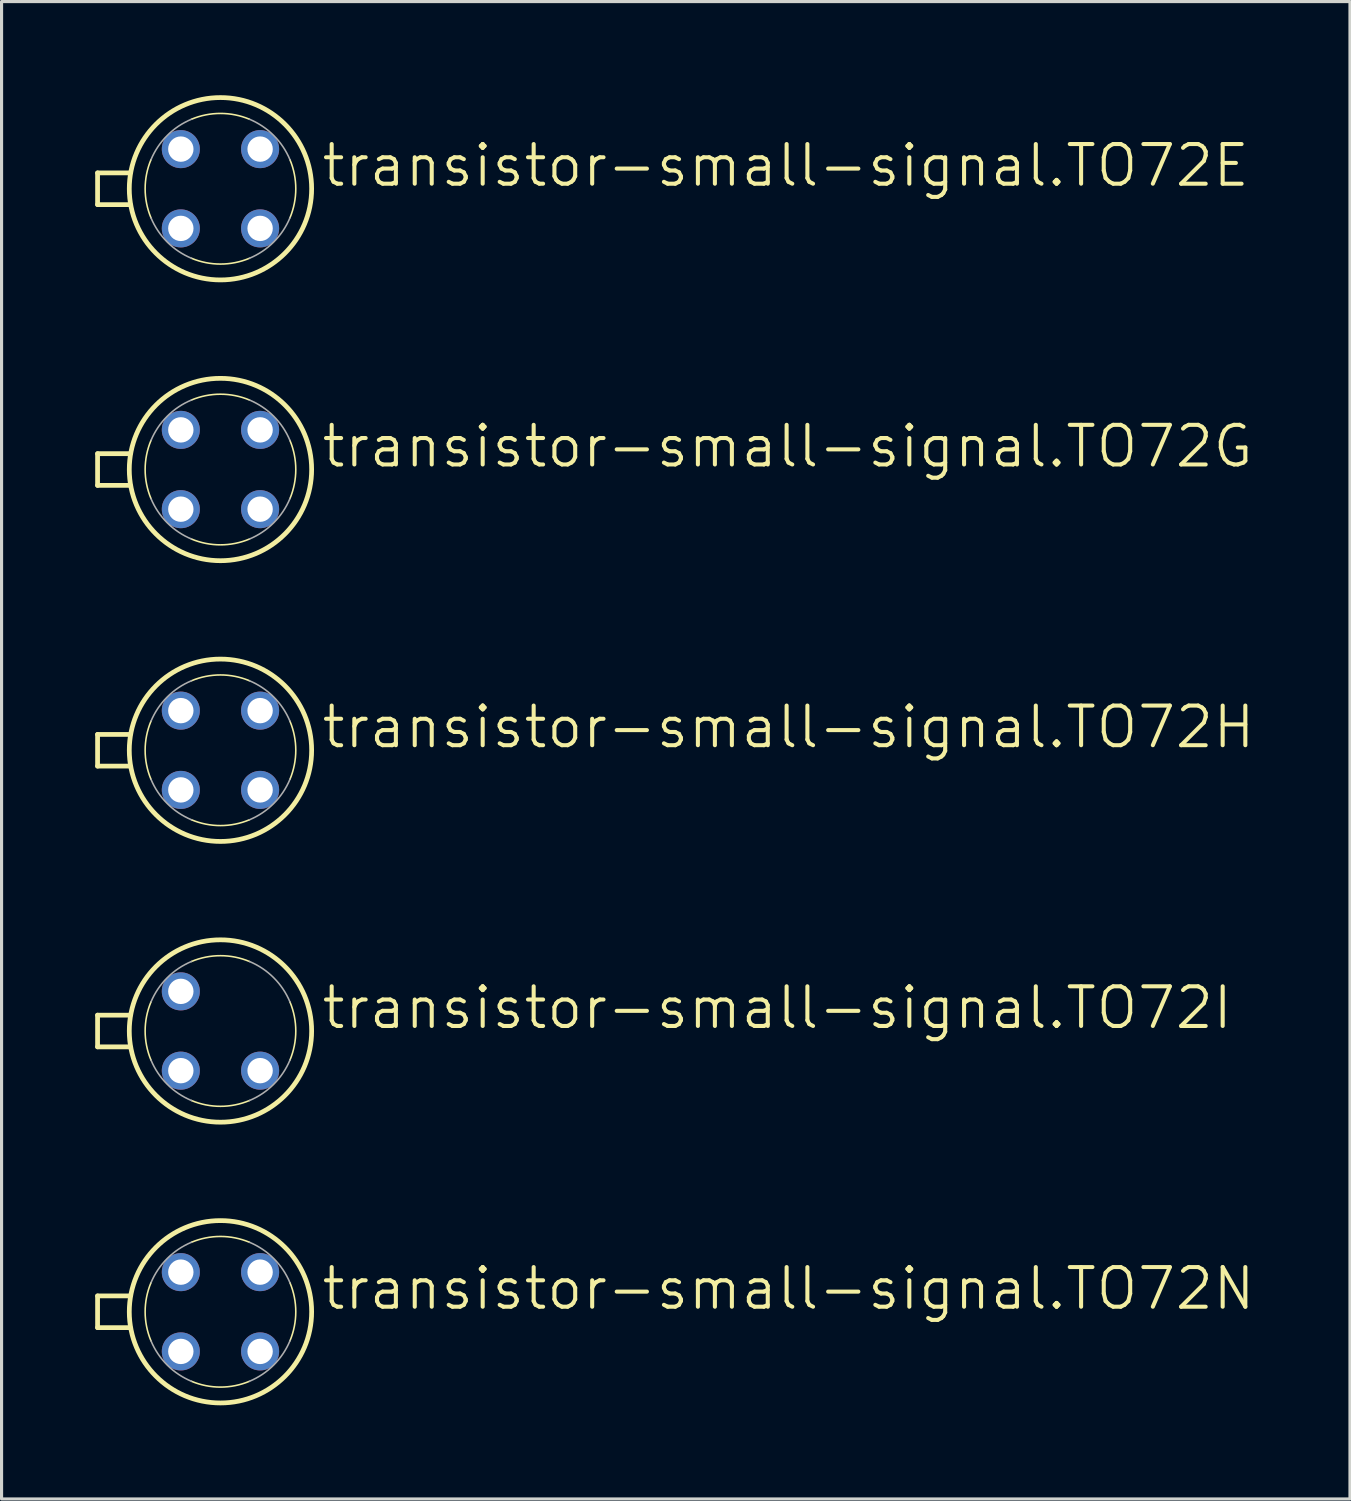
<source format=kicad_pcb>
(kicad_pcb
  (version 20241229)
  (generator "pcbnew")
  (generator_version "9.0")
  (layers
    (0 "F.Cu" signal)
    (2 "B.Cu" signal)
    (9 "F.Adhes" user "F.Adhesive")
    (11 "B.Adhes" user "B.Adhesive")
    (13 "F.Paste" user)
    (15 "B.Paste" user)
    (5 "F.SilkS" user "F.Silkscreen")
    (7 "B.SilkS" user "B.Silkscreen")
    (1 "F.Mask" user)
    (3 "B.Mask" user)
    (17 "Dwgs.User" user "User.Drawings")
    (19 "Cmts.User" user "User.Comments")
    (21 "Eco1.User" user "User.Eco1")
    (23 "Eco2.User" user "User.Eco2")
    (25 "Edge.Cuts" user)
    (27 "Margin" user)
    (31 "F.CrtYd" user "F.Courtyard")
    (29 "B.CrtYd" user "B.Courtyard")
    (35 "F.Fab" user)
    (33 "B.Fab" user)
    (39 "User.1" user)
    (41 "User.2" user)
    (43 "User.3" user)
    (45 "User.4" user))
  (footprint "transistor-small-signal.TO72I"
    (layer "F.Cu")
    (at 4.013 29.98)
    (property "Reference" "transistor-small-signal.TO72I" (at 3.175 0 0) (layer "F.SilkS") (effects (font (size 1.27 1.27) (thickness 0.13)) (justify left bottom)))
    (attr through_hole)
    (fp_line (start -3.937 -0.508) (end -2.896 -0.508) (stroke (width 0.152) (type default)) (layer "F.SilkS"))
    (fp_line (start -3.937 0.508) (end -3.937 -0.508) (stroke (width 0.152) (type default)) (layer "F.SilkS"))
    (fp_line (start -2.896 0.508) (end -3.937 0.508) (stroke (width 0.152) (type default)) (layer "F.SilkS"))
    (fp_arc (start -2.227 0.9289) (mid -2.412962 0) (end -2.227 -0.9289) (stroke (width 0.0508) (type default)) (layer "F.SilkS"))
    (fp_arc (start -0.9289 -2.227) (mid 0 -2.412962) (end 0.9289 -2.227) (stroke (width 0.0508) (type default)) (layer "F.SilkS"))
    (fp_arc (start 0.9289 2.227) (mid 0 2.412962) (end -0.9289 2.227) (stroke (width 0.0508) (type default)) (layer "F.SilkS"))
    (fp_arc (start 2.227 -0.9289) (mid 2.412962 0) (end 2.227 0.9289) (stroke (width 0.0508) (type default)) (layer "F.SilkS"))
    (fp_circle (center 0 0) (end 2.921 0) (stroke (width 0.152) (type default)) (fill no) (layer "F.SilkS"))
    (fp_arc (start -2.227 -0.9289) (mid -1.706222 -1.706222) (end -0.9289 -2.227) (stroke (width 0.0508) (type default)) (layer "F.Fab"))
    (fp_arc (start -0.9289 2.227) (mid -1.706222 1.706222) (end -2.227 0.9289) (stroke (width 0.0508) (type default)) (layer "F.Fab"))
    (fp_arc (start 0.9289 -2.227) (mid 1.706222 -1.706222) (end 2.227 -0.9289) (stroke (width 0.0508) (type default)) (layer "F.Fab"))
    (fp_arc (start 2.227 0.9289) (mid 1.706222 1.706222) (end 0.9289 2.227) (stroke (width 0.0508) (type default)) (layer "F.Fab"))
    (pad "B1" thru_hole circle (at 1.27 1.27) (size 1.219 1.219) (drill 0.813) (layers "*.Cu" "*.Mask"))
    (pad "B2" thru_hole circle (at -1.27 -1.27) (size 1.219 1.219) (drill 0.813) (layers "*.Cu" "*.Mask"))
    (pad "E" thru_hole circle (at -1.27 1.27) (size 1.219 1.219) (drill 0.813) (layers "*.Cu" "*.Mask")))
  (footprint "transistor-small-signal.TO72G"
    (layer "F.Cu")
    (at 4.013 11.992)
    (property "Reference" "transistor-small-signal.TO72G" (at 3.175 0 0) (layer "F.SilkS") (effects (font (size 1.27 1.27) (thickness 0.13)) (justify left bottom)))
    (attr through_hole)
    (fp_line (start -3.937 -0.508) (end -2.896 -0.508) (stroke (width 0.152) (type default)) (layer "F.SilkS"))
    (fp_line (start -3.937 0.508) (end -3.937 -0.508) (stroke (width 0.152) (type default)) (layer "F.SilkS"))
    (fp_line (start -2.896 0.508) (end -3.937 0.508) (stroke (width 0.152) (type default)) (layer "F.SilkS"))
    (fp_arc (start -2.227 0.9289) (mid -2.412962 0) (end -2.227 -0.9289) (stroke (width 0.0508) (type default)) (layer "F.SilkS"))
    (fp_arc (start -0.9289 -2.227) (mid 0 -2.412962) (end 0.9289 -2.227) (stroke (width 0.0508) (type default)) (layer "F.SilkS"))
    (fp_arc (start 0.9289 2.227) (mid 0 2.412962) (end -0.9289 2.227) (stroke (width 0.0508) (type default)) (layer "F.SilkS"))
    (fp_arc (start 2.227 -0.9289) (mid 2.412962 0) (end 2.227 0.9289) (stroke (width 0.0508) (type default)) (layer "F.SilkS"))
    (fp_circle (center 0 0) (end 2.921 0) (stroke (width 0.152) (type default)) (fill no) (layer "F.SilkS"))
    (fp_arc (start -2.227 -0.9289) (mid -1.706222 -1.706222) (end -0.9289 -2.227) (stroke (width 0.0508) (type default)) (layer "F.Fab"))
    (fp_arc (start -0.9289 2.227) (mid -1.706222 1.706222) (end -2.227 0.9289) (stroke (width 0.0508) (type default)) (layer "F.Fab"))
    (fp_arc (start 0.9289 -2.227) (mid 1.706222 -1.706222) (end 2.227 -0.9289) (stroke (width 0.0508) (type default)) (layer "F.Fab"))
    (fp_arc (start 2.227 0.9289) (mid 1.706222 1.706222) (end 0.9289 2.227) (stroke (width 0.0508) (type default)) (layer "F.Fab"))
    (pad "B" thru_hole circle (at -1.27 -1.27) (size 1.219 1.219) (drill 0.813) (layers "*.Cu" "*.Mask"))
    (pad "D" thru_hole circle (at -1.27 1.27) (size 1.219 1.219) (drill 0.813) (layers "*.Cu" "*.Mask"))
    (pad "G" thru_hole circle (at 1.27 -1.27) (size 1.219 1.219) (drill 0.813) (layers "*.Cu" "*.Mask"))
    (pad "S" thru_hole circle (at 1.27 1.27) (size 1.219 1.219) (drill 0.813) (layers "*.Cu" "*.Mask")))
  (footprint "transistor-small-signal.TO72N"
    (layer "F.Cu")
    (at 4.013 38.975)
    (property "Reference" "transistor-small-signal.TO72N" (at 3.175 0 0) (layer "F.SilkS") (effects (font (size 1.27 1.27) (thickness 0.13)) (justify left bottom)))
    (attr through_hole)
    (fp_line (start -3.937 -0.508) (end -2.896 -0.508) (stroke (width 0.152) (type default)) (layer "F.SilkS"))
    (fp_line (start -3.937 0.508) (end -3.937 -0.508) (stroke (width 0.152) (type default)) (layer "F.SilkS"))
    (fp_line (start -2.896 0.508) (end -3.937 0.508) (stroke (width 0.152) (type default)) (layer "F.SilkS"))
    (fp_arc (start -2.227 0.9289) (mid -2.412962 0) (end -2.227 -0.9289) (stroke (width 0.0508) (type default)) (layer "F.SilkS"))
    (fp_arc (start -0.9289 -2.227) (mid 0 -2.412962) (end 0.9289 -2.227) (stroke (width 0.0508) (type default)) (layer "F.SilkS"))
    (fp_arc (start 0.9289 2.227) (mid 0 2.412962) (end -0.9289 2.227) (stroke (width 0.0508) (type default)) (layer "F.SilkS"))
    (fp_arc (start 2.227 -0.9289) (mid 2.412962 0) (end 2.227 0.9289) (stroke (width 0.0508) (type default)) (layer "F.SilkS"))
    (fp_circle (center 0 0) (end 2.921 0) (stroke (width 0.152) (type default)) (fill no) (layer "F.SilkS"))
    (fp_arc (start -2.227 -0.9289) (mid -1.706222 -1.706222) (end -0.9289 -2.227) (stroke (width 0.0508) (type default)) (layer "F.Fab"))
    (fp_arc (start -0.9289 2.227) (mid -1.706222 1.706222) (end -2.227 0.9289) (stroke (width 0.0508) (type default)) (layer "F.Fab"))
    (fp_arc (start 0.9289 -2.227) (mid 1.706222 -1.706222) (end 2.227 -0.9289) (stroke (width 0.0508) (type default)) (layer "F.Fab"))
    (fp_arc (start 2.227 0.9289) (mid 1.706222 1.706222) (end 0.9289 2.227) (stroke (width 0.0508) (type default)) (layer "F.Fab"))
    (pad "D" thru_hole circle (at -1.27 1.27) (size 1.219 1.219) (drill 0.813) (layers "*.Cu" "*.Mask"))
    (pad "G1" thru_hole circle (at 1.27 -1.27) (size 1.219 1.219) (drill 0.813) (layers "*.Cu" "*.Mask"))
    (pad "G2" thru_hole circle (at -1.27 -1.27) (size 1.219 1.219) (drill 0.813) (layers "*.Cu" "*.Mask"))
    (pad "S" thru_hole circle (at 1.27 1.27) (size 1.219 1.219) (drill 0.813) (layers "*.Cu" "*.Mask")))
  (footprint "transistor-small-signal.TO72H"
    (layer "F.Cu")
    (at 4.013 20.986)
    (property "Reference" "transistor-small-signal.TO72H" (at 3.175 0 0) (layer "F.SilkS") (effects (font (size 1.27 1.27) (thickness 0.13)) (justify left bottom)))
    (attr through_hole)
    (fp_line (start -3.937 -0.508) (end -2.896 -0.508) (stroke (width 0.152) (type default)) (layer "F.SilkS"))
    (fp_line (start -3.937 0.508) (end -3.937 -0.508) (stroke (width 0.152) (type default)) (layer "F.SilkS"))
    (fp_line (start -2.896 0.508) (end -3.937 0.508) (stroke (width 0.152) (type default)) (layer "F.SilkS"))
    (fp_arc (start -2.227 0.9289) (mid -2.412962 0) (end -2.227 -0.9289) (stroke (width 0.0508) (type default)) (layer "F.SilkS"))
    (fp_arc (start -0.9289 -2.227) (mid 0 -2.412962) (end 0.9289 -2.227) (stroke (width 0.0508) (type default)) (layer "F.SilkS"))
    (fp_arc (start 0.9289 2.227) (mid 0 2.412962) (end -0.9289 2.227) (stroke (width 0.0508) (type default)) (layer "F.SilkS"))
    (fp_arc (start 2.227 -0.9289) (mid 2.412962 0) (end 2.227 0.9289) (stroke (width 0.0508) (type default)) (layer "F.SilkS"))
    (fp_circle (center 0 0) (end 2.921 0) (stroke (width 0.152) (type default)) (fill no) (layer "F.SilkS"))
    (fp_arc (start -2.227 -0.9289) (mid -1.706222 -1.706222) (end -0.9289 -2.227) (stroke (width 0.0508) (type default)) (layer "F.Fab"))
    (fp_arc (start -0.9289 2.227) (mid -1.706222 1.706222) (end -2.227 0.9289) (stroke (width 0.0508) (type default)) (layer "F.Fab"))
    (fp_arc (start 0.9289 -2.227) (mid 1.706222 -1.706222) (end 2.227 -0.9289) (stroke (width 0.0508) (type default)) (layer "F.Fab"))
    (fp_arc (start 2.227 0.9289) (mid 1.706222 1.706222) (end 0.9289 2.227) (stroke (width 0.0508) (type default)) (layer "F.Fab"))
    (pad "D" thru_hole circle (at -1.27 1.27) (size 1.219 1.219) (drill 0.813) (layers "*.Cu" "*.Mask"))
    (pad "G1" thru_hole circle (at 1.27 -1.27) (size 1.219 1.219) (drill 0.813) (layers "*.Cu" "*.Mask"))
    (pad "G2" thru_hole circle (at 1.27 1.27) (size 1.219 1.219) (drill 0.813) (layers "*.Cu" "*.Mask"))
    (pad "S" thru_hole circle (at -1.27 -1.27) (size 1.219 1.219) (drill 0.813) (layers "*.Cu" "*.Mask")))
  (footprint "transistor-small-signal.TO72E"
    (layer "F.Cu")
    (at 4.013 2.997)
    (property "Reference" "transistor-small-signal.TO72E" (at 3.175 0 0) (layer "F.SilkS") (effects (font (size 1.27 1.27) (thickness 0.13)) (justify left bottom)))
    (attr through_hole)
    (fp_line (start -3.937 -0.508) (end -2.896 -0.508) (stroke (width 0.152) (type default)) (layer "F.SilkS"))
    (fp_line (start -3.937 0.508) (end -3.937 -0.508) (stroke (width 0.152) (type default)) (layer "F.SilkS"))
    (fp_line (start -2.896 0.508) (end -3.937 0.508) (stroke (width 0.152) (type default)) (layer "F.SilkS"))
    (fp_arc (start -2.227 0.9289) (mid -2.412962 0) (end -2.227 -0.9289) (stroke (width 0.0508) (type default)) (layer "F.SilkS"))
    (fp_arc (start -0.9289 -2.227) (mid 0 -2.412962) (end 0.9289 -2.227) (stroke (width 0.0508) (type default)) (layer "F.SilkS"))
    (fp_arc (start 0.9289 2.227) (mid 0 2.412962) (end -0.9289 2.227) (stroke (width 0.0508) (type default)) (layer "F.SilkS"))
    (fp_arc (start 2.227 -0.9289) (mid 2.412962 0) (end 2.227 0.9289) (stroke (width 0.0508) (type default)) (layer "F.SilkS"))
    (fp_circle (center 0 0) (end 2.921 0) (stroke (width 0.152) (type default)) (fill no) (layer "F.SilkS"))
    (fp_arc (start -2.227 -0.9289) (mid -1.706222 -1.706222) (end -0.9289 -2.227) (stroke (width 0.0508) (type default)) (layer "F.Fab"))
    (fp_arc (start -0.9289 2.227) (mid -1.706222 1.706222) (end -2.227 0.9289) (stroke (width 0.0508) (type default)) (layer "F.Fab"))
    (fp_arc (start 0.9289 -2.227) (mid 1.706222 -1.706222) (end 2.227 -0.9289) (stroke (width 0.0508) (type default)) (layer "F.Fab"))
    (fp_arc (start 2.227 0.9289) (mid 1.706222 1.706222) (end 0.9289 2.227) (stroke (width 0.0508) (type default)) (layer "F.Fab"))
    (pad "D" thru_hole circle (at 1.27 1.27) (size 1.219 1.219) (drill 0.813) (layers "*.Cu" "*.Mask"))
    (pad "G" thru_hole circle (at 1.27 -1.27) (size 1.219 1.219) (drill 0.813) (layers "*.Cu" "*.Mask"))
    (pad "S" thru_hole circle (at -1.27 1.27) (size 1.219 1.219) (drill 0.813) (layers "*.Cu" "*.Mask"))
    (pad "SUB" thru_hole circle (at -1.27 -1.27) (size 1.219 1.219) (drill 0.813) (layers "*.Cu" "*.Mask")))
  (gr_rect
    (start -3 -3)
    (end 40.199 44.972)
    (stroke (width 0.1) (type default))
    (fill no)
    (layer "Edge.Cuts")))
</source>
